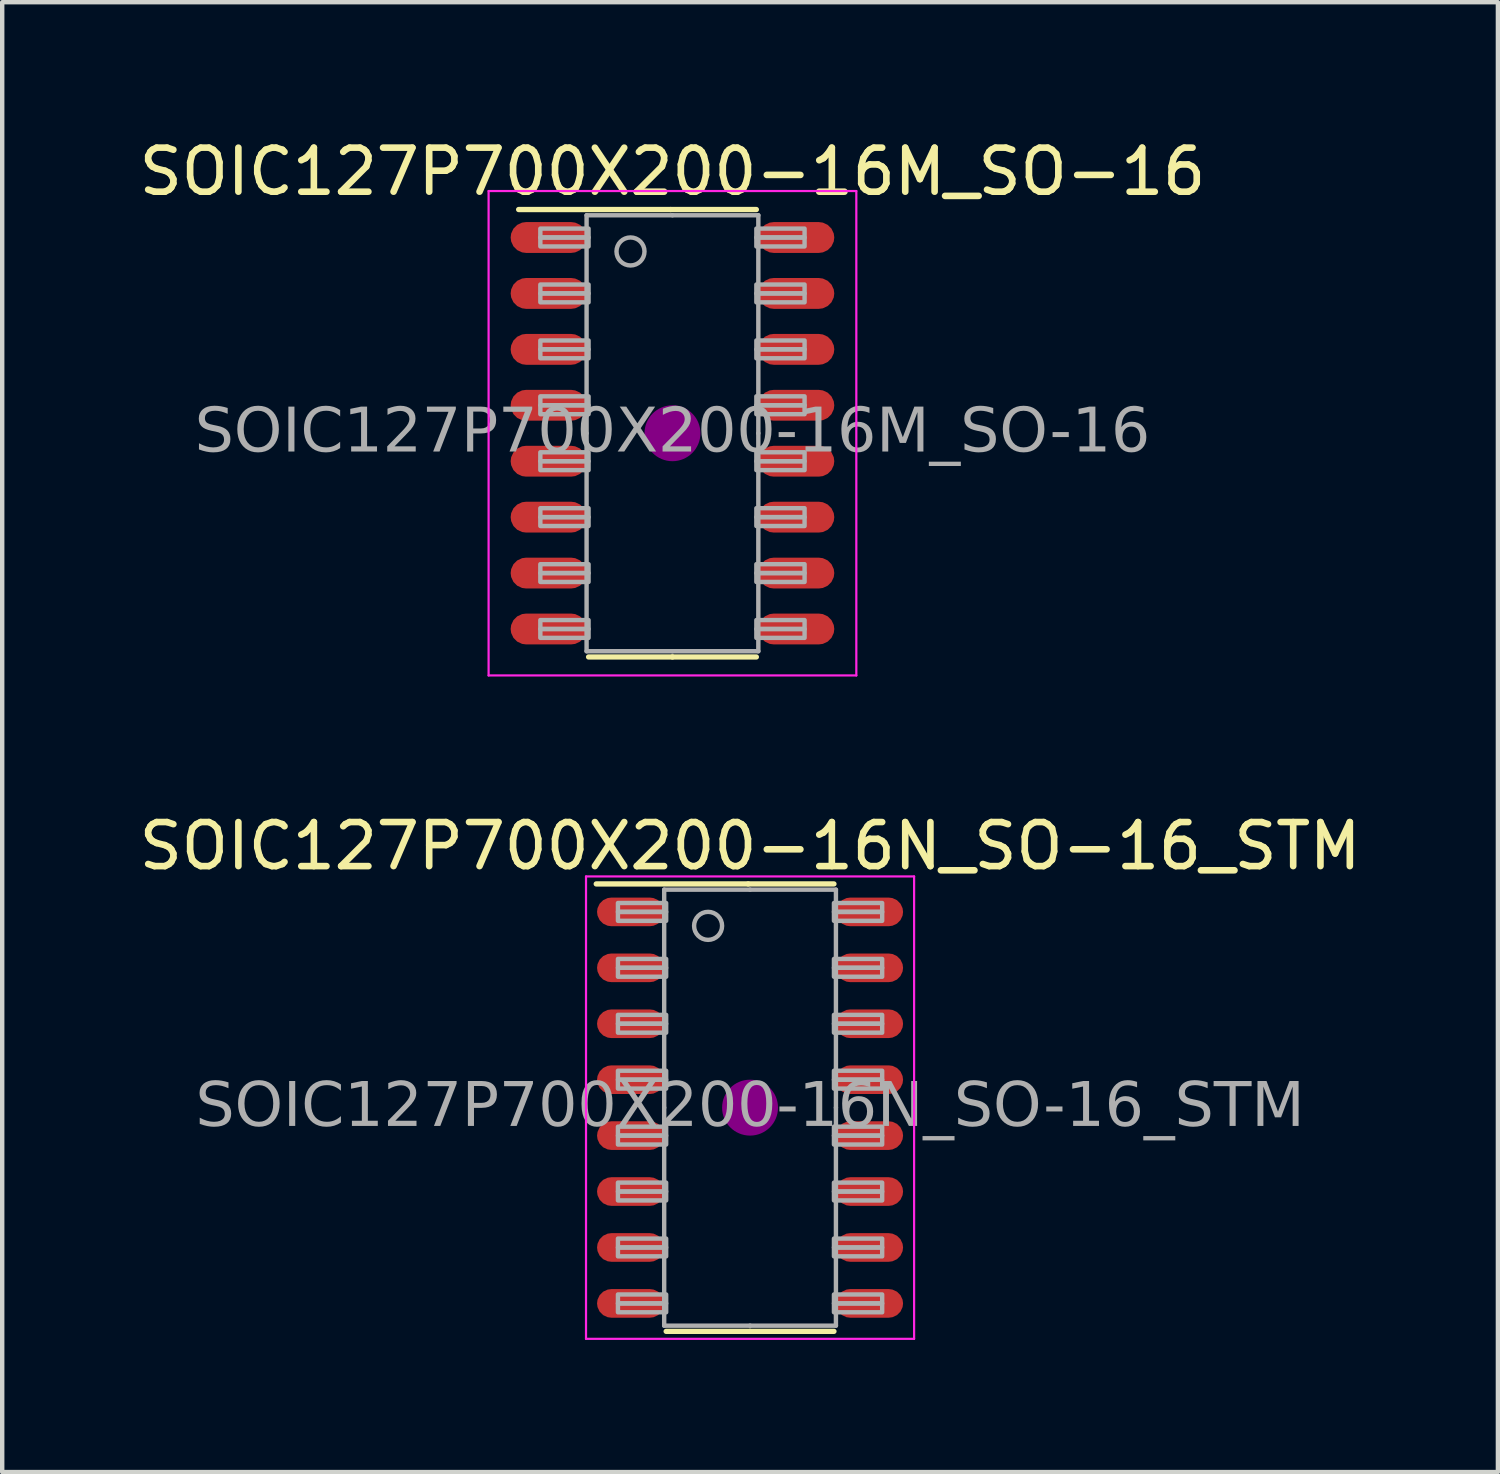
<source format=kicad_pcb>
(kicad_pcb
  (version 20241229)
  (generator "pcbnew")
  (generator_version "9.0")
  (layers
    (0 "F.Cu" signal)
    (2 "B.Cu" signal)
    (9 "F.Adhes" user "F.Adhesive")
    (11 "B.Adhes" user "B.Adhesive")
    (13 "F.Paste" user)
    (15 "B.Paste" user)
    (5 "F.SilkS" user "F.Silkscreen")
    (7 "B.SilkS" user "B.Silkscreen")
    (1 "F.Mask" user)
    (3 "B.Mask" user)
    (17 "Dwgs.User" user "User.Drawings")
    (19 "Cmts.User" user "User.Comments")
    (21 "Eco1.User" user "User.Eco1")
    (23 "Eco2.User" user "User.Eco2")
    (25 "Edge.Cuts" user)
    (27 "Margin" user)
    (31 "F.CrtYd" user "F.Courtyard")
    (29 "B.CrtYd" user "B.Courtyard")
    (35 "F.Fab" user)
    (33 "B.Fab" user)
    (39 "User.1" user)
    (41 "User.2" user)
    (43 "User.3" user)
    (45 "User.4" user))
  (footprint "SOIC127P700X200-16N_SO-16_STM"
    (layer "F.Cu")
    (at 13.982 22.102)
    (property "Reference" "SOIC127P700X200-16N_SO-16_STM" (at 0 -5.94 0) (layer "F.SilkS") (effects (font (size 1 1) (thickness 0.15))))
    (attr smd)
    (fp_line (start -0.043 -5.08) (end -3.493 -5.08) (stroke (width 0.12) (type solid)) (layer "F.SilkS"))
    (fp_line (start -0.043 -5.08) (end 1.905 -5.08) (stroke (width 0.12) (type solid)) (layer "F.SilkS"))
    (fp_line (start 0 5.08) (end -1.905 5.08) (stroke (width 0.12) (type solid)) (layer "F.SilkS"))
    (fp_line (start 0 5.08) (end 1.905 5.08) (stroke (width 0.12) (type solid)) (layer "F.SilkS"))
    (fp_circle (center 0 0) (end 0.635 0) (stroke (width 0) (type solid)) (fill yes) (layer "F.Adhes"))
    (fp_line (start -3.725 -5.25) (end 3.725 -5.25) (stroke (width 0.05) (type solid)) (layer "F.CrtYd"))
    (fp_line (start -3.725 5.25) (end -3.725 -5.25) (stroke (width 0.05) (type solid)) (layer "F.CrtYd"))
    (fp_line (start 3.725 -5.25) (end 3.725 5.25) (stroke (width 0.05) (type solid)) (layer "F.CrtYd"))
    (fp_line (start 3.725 5.25) (end -3.725 5.25) (stroke (width 0.05) (type solid)) (layer "F.CrtYd"))
    (fp_line (start -1.95 0) (end -1.95 -4.95) (stroke (width 0.1) (type solid)) (layer "F.Fab"))
    (fp_line (start -1.95 0) (end -1.95 4.95) (stroke (width 0.1) (type solid)) (layer "F.Fab"))
    (fp_line (start 0 -4.95) (end -1.95 -4.95) (stroke (width 0.1) (type solid)) (layer "F.Fab"))
    (fp_line (start 0 -4.95) (end 1.95 -4.95) (stroke (width 0.1) (type solid)) (layer "F.Fab"))
    (fp_line (start 0 4.95) (end -1.95 4.95) (stroke (width 0.1) (type solid)) (layer "F.Fab"))
    (fp_line (start 0 4.95) (end 1.95 4.95) (stroke (width 0.1) (type solid)) (layer "F.Fab"))
    (fp_line (start 1.95 0) (end 1.95 -4.95) (stroke (width 0.1) (type solid)) (layer "F.Fab"))
    (fp_line (start 1.95 0) (end 1.95 4.95) (stroke (width 0.1) (type solid)) (layer "F.Fab"))
    (fp_rect (start -3 -4.647) (end -1.905 -4.445) (stroke (width 0.1) (type solid)) (fill no) (layer "F.Fab"))
    (fp_rect (start -3 -4.242) (end -1.905 -4.445) (stroke (width 0.1) (type solid)) (fill no) (layer "F.Fab"))
    (fp_rect (start -3 -3.377) (end -1.905 -3.175) (stroke (width 0.1) (type solid)) (fill no) (layer "F.Fab"))
    (fp_rect (start -3 -2.973) (end -1.905 -3.175) (stroke (width 0.1) (type solid)) (fill no) (layer "F.Fab"))
    (fp_rect (start -3 -2.107) (end -1.905 -1.905) (stroke (width 0.1) (type solid)) (fill no) (layer "F.Fab"))
    (fp_rect (start -3 -1.702) (end -1.905 -1.905) (stroke (width 0.1) (type solid)) (fill no) (layer "F.Fab"))
    (fp_rect (start -3 -0.838) (end -1.905 -0.635) (stroke (width 0.1) (type solid)) (fill no) (layer "F.Fab"))
    (fp_rect (start -3 -0.432) (end -1.905 -0.635) (stroke (width 0.1) (type solid)) (fill no) (layer "F.Fab"))
    (fp_rect (start -3 0.432) (end -1.905 0.635) (stroke (width 0.1) (type solid)) (fill no) (layer "F.Fab"))
    (fp_rect (start -3 0.838) (end -1.905 0.635) (stroke (width 0.1) (type solid)) (fill no) (layer "F.Fab"))
    (fp_rect (start -3 1.702) (end -1.905 1.905) (stroke (width 0.1) (type solid)) (fill no) (layer "F.Fab"))
    (fp_rect (start -3 2.107) (end -1.905 1.905) (stroke (width 0.1) (type solid)) (fill no) (layer "F.Fab"))
    (fp_rect (start -3 2.973) (end -1.905 3.175) (stroke (width 0.1) (type solid)) (fill no) (layer "F.Fab"))
    (fp_rect (start -3 3.377) (end -1.905 3.175) (stroke (width 0.1) (type solid)) (fill no) (layer "F.Fab"))
    (fp_rect (start -3 4.242) (end -1.905 4.445) (stroke (width 0.1) (type solid)) (fill no) (layer "F.Fab"))
    (fp_rect (start -3 4.647) (end -1.905 4.445) (stroke (width 0.1) (type solid)) (fill no) (layer "F.Fab"))
    (fp_rect (start 3 -4.647) (end 1.905 -4.445) (stroke (width 0.1) (type solid)) (fill no) (layer "F.Fab"))
    (fp_rect (start 3 -4.242) (end 1.905 -4.445) (stroke (width 0.1) (type solid)) (fill no) (layer "F.Fab"))
    (fp_rect (start 3 -3.377) (end 1.905 -3.175) (stroke (width 0.1) (type solid)) (fill no) (layer "F.Fab"))
    (fp_rect (start 3 -2.973) (end 1.905 -3.175) (stroke (width 0.1) (type solid)) (fill no) (layer "F.Fab"))
    (fp_rect (start 3 -2.107) (end 1.905 -1.905) (stroke (width 0.1) (type solid)) (fill no) (layer "F.Fab"))
    (fp_rect (start 3 -1.702) (end 1.905 -1.905) (stroke (width 0.1) (type solid)) (fill no) (layer "F.Fab"))
    (fp_rect (start 3 -0.838) (end 1.905 -0.635) (stroke (width 0.1) (type solid)) (fill no) (layer "F.Fab"))
    (fp_rect (start 3 -0.432) (end 1.905 -0.635) (stroke (width 0.1) (type solid)) (fill no) (layer "F.Fab"))
    (fp_rect (start 3 0.432) (end 1.905 0.635) (stroke (width 0.1) (type solid)) (fill no) (layer "F.Fab"))
    (fp_rect (start 3 0.838) (end 1.905 0.635) (stroke (width 0.1) (type solid)) (fill no) (layer "F.Fab"))
    (fp_rect (start 3 1.702) (end 1.905 1.905) (stroke (width 0.1) (type solid)) (fill no) (layer "F.Fab"))
    (fp_rect (start 3 2.107) (end 1.905 1.905) (stroke (width 0.1) (type solid)) (fill no) (layer "F.Fab"))
    (fp_rect (start 3 2.973) (end 1.905 3.175) (stroke (width 0.1) (type solid)) (fill no) (layer "F.Fab"))
    (fp_rect (start 3 3.377) (end 1.905 3.175) (stroke (width 0.1) (type solid)) (fill no) (layer "F.Fab"))
    (fp_rect (start 3 4.242) (end 1.905 4.445) (stroke (width 0.1) (type solid)) (fill no) (layer "F.Fab"))
    (fp_rect (start 3 4.647) (end 1.905 4.445) (stroke (width 0.1) (type solid)) (fill no) (layer "F.Fab"))
    (fp_circle (center -0.953 -4.128) (end -0.635 -4.128) (stroke (width 0.1) (type solid)) (fill no) (layer "F.Fab"))
    (fp_text user "${REFERENCE}" (at 0 0 0) (layer "F.Fab") (effects (font (face "Tahoma") (size 1 1) (thickness 0.15))))
    (pad "1" smd roundrect (at -2.712 -4.445 90) (size 0.65 1.525) (layers "F.Cu" "F.Mask" "F.Paste") (roundrect_rratio 0.5))
    (pad "2" smd roundrect (at -2.712 -3.175 90) (size 0.65 1.525) (layers "F.Cu" "F.Mask" "F.Paste") (roundrect_rratio 0.5))
    (pad "3" smd roundrect (at -2.712 -1.905 90) (size 0.65 1.525) (layers "F.Cu" "F.Mask" "F.Paste") (roundrect_rratio 0.5))
    (pad "4" smd roundrect (at -2.712 -0.635 90) (size 0.65 1.525) (layers "F.Cu" "F.Mask" "F.Paste") (roundrect_rratio 0.5))
    (pad "5" smd roundrect (at -2.712 0.635 90) (size 0.65 1.525) (layers "F.Cu" "F.Mask" "F.Paste") (roundrect_rratio 0.5))
    (pad "6" smd roundrect (at -2.712 1.905 90) (size 0.65 1.525) (layers "F.Cu" "F.Mask" "F.Paste") (roundrect_rratio 0.5))
    (pad "7" smd roundrect (at -2.712 3.175 90) (size 0.65 1.525) (layers "F.Cu" "F.Mask" "F.Paste") (roundrect_rratio 0.5))
    (pad "8" smd roundrect (at -2.712 4.445 90) (size 0.65 1.525) (layers "F.Cu" "F.Mask" "F.Paste") (roundrect_rratio 0.5))
    (pad "9" smd roundrect (at 2.712 4.445 90) (size 0.65 1.525) (layers "F.Cu" "F.Mask" "F.Paste") (roundrect_rratio 0.5))
    (pad "10" smd roundrect (at 2.712 3.175 90) (size 0.65 1.525) (layers "F.Cu" "F.Mask" "F.Paste") (roundrect_rratio 0.5))
    (pad "11" smd roundrect (at 2.712 1.905 90) (size 0.65 1.525) (layers "F.Cu" "F.Mask" "F.Paste") (roundrect_rratio 0.5))
    (pad "12" smd roundrect (at 2.712 0.635 90) (size 0.65 1.525) (layers "F.Cu" "F.Mask" "F.Paste") (roundrect_rratio 0.5))
    (pad "13" smd roundrect (at 2.712 -0.635 90) (size 0.65 1.525) (layers "F.Cu" "F.Mask" "F.Paste") (roundrect_rratio 0.5))
    (pad "14" smd roundrect (at 2.712 -1.905 90) (size 0.65 1.525) (layers "F.Cu" "F.Mask" "F.Paste") (roundrect_rratio 0.5))
    (pad "15" smd roundrect (at 2.712 -3.175 90) (size 0.65 1.525) (layers "F.Cu" "F.Mask" "F.Paste") (roundrect_rratio 0.5))
    (pad "16" smd roundrect (at 2.712 -4.445 90) (size 0.65 1.525) (layers "F.Cu" "F.Mask" "F.Paste") (roundrect_rratio 0.5)))
  (footprint "SOIC127P700X200-16M_SO-16"
    (layer "F.Cu")
    (at 12.22 6.788)
    (property "Reference" "SOIC127P700X200-16M_SO-16" (at 0 -5.94 0) (layer "F.SilkS") (effects (font (size 1 1) (thickness 0.15))))
    (attr smd)
    (fp_line (start -0.043 -5.08) (end -3.493 -5.08) (stroke (width 0.12) (type solid)) (layer "F.SilkS"))
    (fp_line (start -0.043 -5.08) (end 1.905 -5.08) (stroke (width 0.12) (type solid)) (layer "F.SilkS"))
    (fp_line (start 0 5.08) (end -1.905 5.08) (stroke (width 0.12) (type solid)) (layer "F.SilkS"))
    (fp_line (start 0 5.08) (end 1.905 5.08) (stroke (width 0.12) (type solid)) (layer "F.SilkS"))
    (fp_circle (center 0 0) (end 0.635 0) (stroke (width 0) (type solid)) (fill yes) (layer "F.Adhes"))
    (fp_line (start -4.175 -5.5) (end 4.175 -5.5) (stroke (width 0.05) (type solid)) (layer "F.CrtYd"))
    (fp_line (start -4.175 5.5) (end -4.175 -5.5) (stroke (width 0.05) (type solid)) (layer "F.CrtYd"))
    (fp_line (start 4.175 -5.5) (end 4.175 5.5) (stroke (width 0.05) (type solid)) (layer "F.CrtYd"))
    (fp_line (start 4.175 5.5) (end -4.175 5.5) (stroke (width 0.05) (type solid)) (layer "F.CrtYd"))
    (fp_line (start -1.95 0) (end -1.95 -4.95) (stroke (width 0.1) (type solid)) (layer "F.Fab"))
    (fp_line (start -1.95 0) (end -1.95 4.95) (stroke (width 0.1) (type solid)) (layer "F.Fab"))
    (fp_line (start 0 -4.95) (end -1.95 -4.95) (stroke (width 0.1) (type solid)) (layer "F.Fab"))
    (fp_line (start 0 -4.95) (end 1.95 -4.95) (stroke (width 0.1) (type solid)) (layer "F.Fab"))
    (fp_line (start 0 4.95) (end -1.95 4.95) (stroke (width 0.1) (type solid)) (layer "F.Fab"))
    (fp_line (start 0 4.95) (end 1.95 4.95) (stroke (width 0.1) (type solid)) (layer "F.Fab"))
    (fp_line (start 1.95 0) (end 1.95 -4.95) (stroke (width 0.1) (type solid)) (layer "F.Fab"))
    (fp_line (start 1.95 0) (end 1.95 4.95) (stroke (width 0.1) (type solid)) (layer "F.Fab"))
    (fp_rect (start -3 -4.647) (end -1.905 -4.445) (stroke (width 0.1) (type solid)) (fill no) (layer "F.Fab"))
    (fp_rect (start -3 -4.242) (end -1.905 -4.445) (stroke (width 0.1) (type solid)) (fill no) (layer "F.Fab"))
    (fp_rect (start -3 -3.377) (end -1.905 -3.175) (stroke (width 0.1) (type solid)) (fill no) (layer "F.Fab"))
    (fp_rect (start -3 -2.973) (end -1.905 -3.175) (stroke (width 0.1) (type solid)) (fill no) (layer "F.Fab"))
    (fp_rect (start -3 -2.107) (end -1.905 -1.905) (stroke (width 0.1) (type solid)) (fill no) (layer "F.Fab"))
    (fp_rect (start -3 -1.702) (end -1.905 -1.905) (stroke (width 0.1) (type solid)) (fill no) (layer "F.Fab"))
    (fp_rect (start -3 -0.838) (end -1.905 -0.635) (stroke (width 0.1) (type solid)) (fill no) (layer "F.Fab"))
    (fp_rect (start -3 -0.432) (end -1.905 -0.635) (stroke (width 0.1) (type solid)) (fill no) (layer "F.Fab"))
    (fp_rect (start -3 0.432) (end -1.905 0.635) (stroke (width 0.1) (type solid)) (fill no) (layer "F.Fab"))
    (fp_rect (start -3 0.838) (end -1.905 0.635) (stroke (width 0.1) (type solid)) (fill no) (layer "F.Fab"))
    (fp_rect (start -3 1.702) (end -1.905 1.905) (stroke (width 0.1) (type solid)) (fill no) (layer "F.Fab"))
    (fp_rect (start -3 2.107) (end -1.905 1.905) (stroke (width 0.1) (type solid)) (fill no) (layer "F.Fab"))
    (fp_rect (start -3 2.973) (end -1.905 3.175) (stroke (width 0.1) (type solid)) (fill no) (layer "F.Fab"))
    (fp_rect (start -3 3.377) (end -1.905 3.175) (stroke (width 0.1) (type solid)) (fill no) (layer "F.Fab"))
    (fp_rect (start -3 4.242) (end -1.905 4.445) (stroke (width 0.1) (type solid)) (fill no) (layer "F.Fab"))
    (fp_rect (start -3 4.647) (end -1.905 4.445) (stroke (width 0.1) (type solid)) (fill no) (layer "F.Fab"))
    (fp_rect (start 3 -4.647) (end 1.905 -4.445) (stroke (width 0.1) (type solid)) (fill no) (layer "F.Fab"))
    (fp_rect (start 3 -4.242) (end 1.905 -4.445) (stroke (width 0.1) (type solid)) (fill no) (layer "F.Fab"))
    (fp_rect (start 3 -3.377) (end 1.905 -3.175) (stroke (width 0.1) (type solid)) (fill no) (layer "F.Fab"))
    (fp_rect (start 3 -2.973) (end 1.905 -3.175) (stroke (width 0.1) (type solid)) (fill no) (layer "F.Fab"))
    (fp_rect (start 3 -2.107) (end 1.905 -1.905) (stroke (width 0.1) (type solid)) (fill no) (layer "F.Fab"))
    (fp_rect (start 3 -1.702) (end 1.905 -1.905) (stroke (width 0.1) (type solid)) (fill no) (layer "F.Fab"))
    (fp_rect (start 3 -0.838) (end 1.905 -0.635) (stroke (width 0.1) (type solid)) (fill no) (layer "F.Fab"))
    (fp_rect (start 3 -0.432) (end 1.905 -0.635) (stroke (width 0.1) (type solid)) (fill no) (layer "F.Fab"))
    (fp_rect (start 3 0.432) (end 1.905 0.635) (stroke (width 0.1) (type solid)) (fill no) (layer "F.Fab"))
    (fp_rect (start 3 0.838) (end 1.905 0.635) (stroke (width 0.1) (type solid)) (fill no) (layer "F.Fab"))
    (fp_rect (start 3 1.702) (end 1.905 1.905) (stroke (width 0.1) (type solid)) (fill no) (layer "F.Fab"))
    (fp_rect (start 3 2.107) (end 1.905 1.905) (stroke (width 0.1) (type solid)) (fill no) (layer "F.Fab"))
    (fp_rect (start 3 2.973) (end 1.905 3.175) (stroke (width 0.1) (type solid)) (fill no) (layer "F.Fab"))
    (fp_rect (start 3 3.377) (end 1.905 3.175) (stroke (width 0.1) (type solid)) (fill no) (layer "F.Fab"))
    (fp_rect (start 3 4.242) (end 1.905 4.445) (stroke (width 0.1) (type solid)) (fill no) (layer "F.Fab"))
    (fp_rect (start 3 4.647) (end 1.905 4.445) (stroke (width 0.1) (type solid)) (fill no) (layer "F.Fab"))
    (fp_circle (center -0.953 -4.128) (end -0.635 -4.128) (stroke (width 0.1) (type solid)) (fill no) (layer "F.Fab"))
    (fp_text user "${REFERENCE}" (at 0 0 0) (layer "F.Fab") (effects (font (face "Tahoma") (size 1 1) (thickness 0.15))))
    (pad "1" smd roundrect (at -2.812 -4.445 90) (size 0.7 1.725) (layers "F.Cu" "F.Mask" "F.Paste") (roundrect_rratio 0.5))
    (pad "2" smd roundrect (at -2.812 -3.175 90) (size 0.7 1.725) (layers "F.Cu" "F.Mask" "F.Paste") (roundrect_rratio 0.5))
    (pad "3" smd roundrect (at -2.812 -1.905 90) (size 0.7 1.725) (layers "F.Cu" "F.Mask" "F.Paste") (roundrect_rratio 0.5))
    (pad "4" smd roundrect (at -2.812 -0.635 90) (size 0.7 1.725) (layers "F.Cu" "F.Mask" "F.Paste") (roundrect_rratio 0.5))
    (pad "5" smd roundrect (at -2.812 0.635 90) (size 0.7 1.725) (layers "F.Cu" "F.Mask" "F.Paste") (roundrect_rratio 0.5))
    (pad "6" smd roundrect (at -2.812 1.905 90) (size 0.7 1.725) (layers "F.Cu" "F.Mask" "F.Paste") (roundrect_rratio 0.5))
    (pad "7" smd roundrect (at -2.812 3.175 90) (size 0.7 1.725) (layers "F.Cu" "F.Mask" "F.Paste") (roundrect_rratio 0.5))
    (pad "8" smd roundrect (at -2.812 4.445 90) (size 0.7 1.725) (layers "F.Cu" "F.Mask" "F.Paste") (roundrect_rratio 0.5))
    (pad "9" smd roundrect (at 2.812 4.445 90) (size 0.7 1.725) (layers "F.Cu" "F.Mask" "F.Paste") (roundrect_rratio 0.5))
    (pad "10" smd roundrect (at 2.812 3.175 90) (size 0.7 1.725) (layers "F.Cu" "F.Mask" "F.Paste") (roundrect_rratio 0.5))
    (pad "11" smd roundrect (at 2.812 1.905 90) (size 0.7 1.725) (layers "F.Cu" "F.Mask" "F.Paste") (roundrect_rratio 0.5))
    (pad "12" smd roundrect (at 2.812 0.635 90) (size 0.7 1.725) (layers "F.Cu" "F.Mask" "F.Paste") (roundrect_rratio 0.5))
    (pad "13" smd roundrect (at 2.812 -0.635 90) (size 0.7 1.725) (layers "F.Cu" "F.Mask" "F.Paste") (roundrect_rratio 0.5))
    (pad "14" smd roundrect (at 2.812 -1.905 90) (size 0.7 1.725) (layers "F.Cu" "F.Mask" "F.Paste") (roundrect_rratio 0.5))
    (pad "15" smd roundrect (at 2.812 -3.175 90) (size 0.7 1.725) (layers "F.Cu" "F.Mask" "F.Paste") (roundrect_rratio 0.5))
    (pad "16" smd roundrect (at 2.812 -4.445 90) (size 0.7 1.725) (layers "F.Cu" "F.Mask" "F.Paste") (roundrect_rratio 0.5)))
  (gr_rect
    (start -3 -3)
    (end 30.964 30.377)
    (stroke (width 0.1) (type default))
    (fill no)
    (layer "Edge.Cuts")))
</source>
